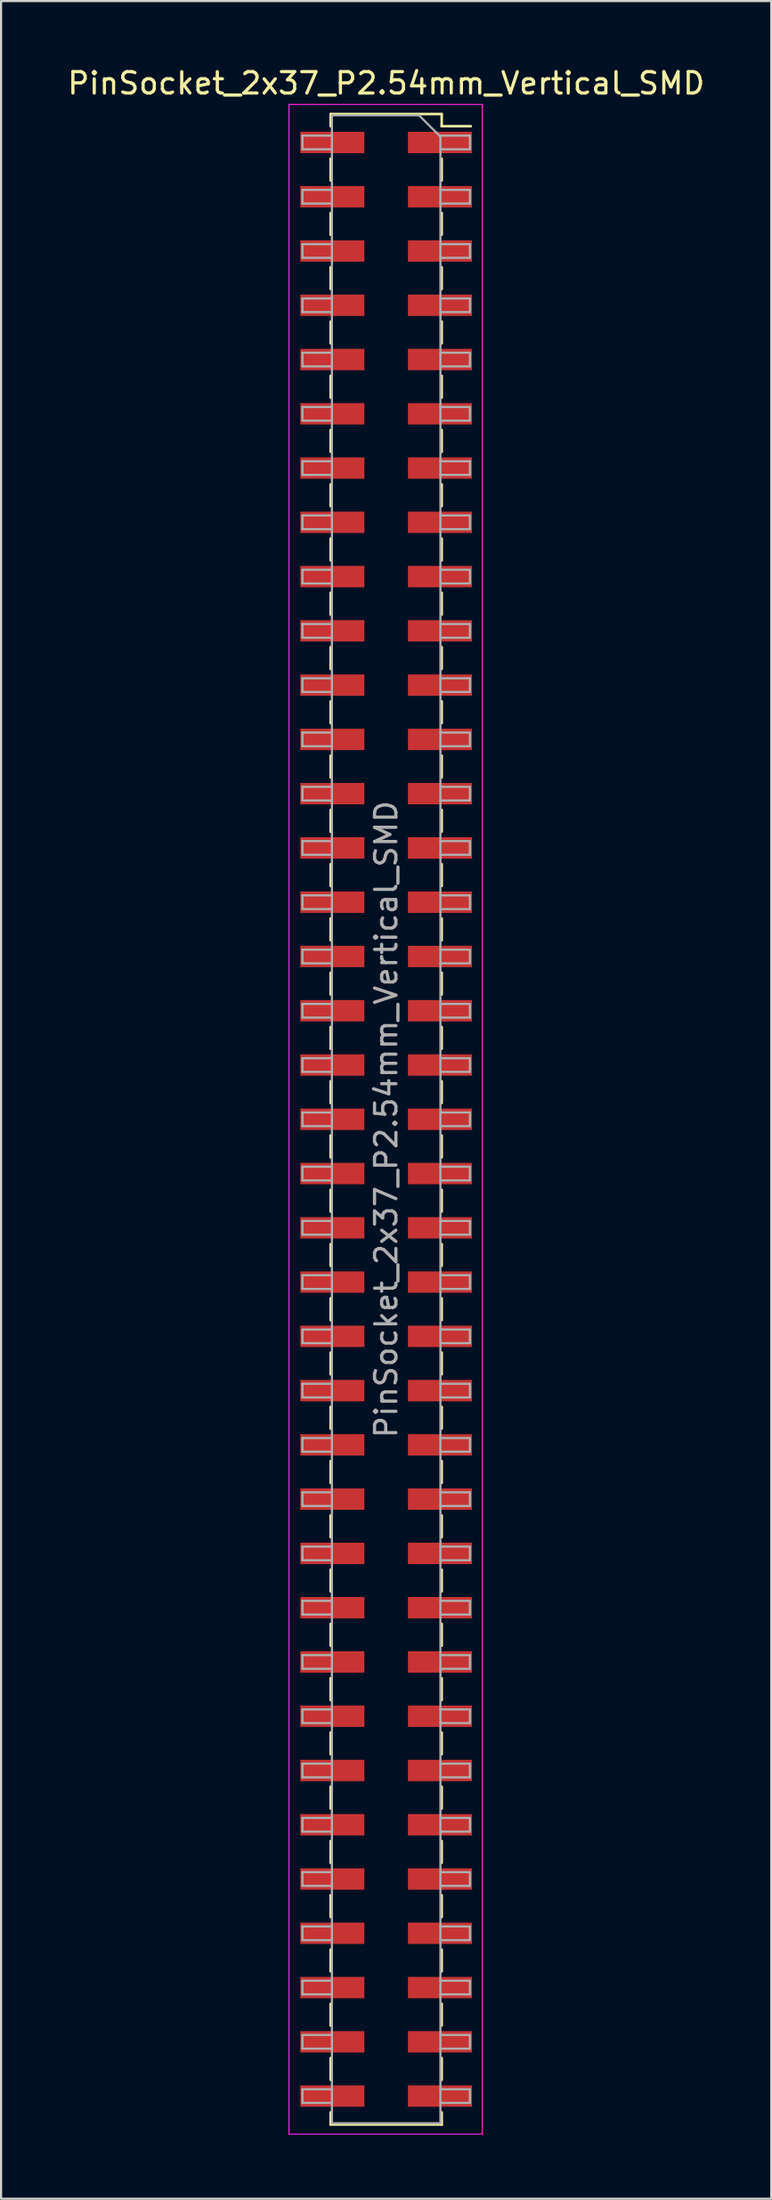
<source format=kicad_pcb>
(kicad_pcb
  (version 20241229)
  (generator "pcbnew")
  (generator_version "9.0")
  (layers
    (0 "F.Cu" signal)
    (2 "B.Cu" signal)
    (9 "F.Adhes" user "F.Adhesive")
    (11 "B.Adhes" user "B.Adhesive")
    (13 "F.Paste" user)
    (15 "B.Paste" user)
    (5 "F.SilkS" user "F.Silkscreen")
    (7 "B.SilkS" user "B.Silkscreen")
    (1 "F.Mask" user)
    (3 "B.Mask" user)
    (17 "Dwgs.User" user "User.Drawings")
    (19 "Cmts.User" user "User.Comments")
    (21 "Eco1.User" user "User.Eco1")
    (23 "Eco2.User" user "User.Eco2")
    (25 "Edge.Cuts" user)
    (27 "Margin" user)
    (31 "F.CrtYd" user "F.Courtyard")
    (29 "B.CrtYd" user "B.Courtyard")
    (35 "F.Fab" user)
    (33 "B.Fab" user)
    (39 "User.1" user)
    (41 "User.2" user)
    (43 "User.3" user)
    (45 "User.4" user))
  (footprint "PinSocket_2x37_P2.54mm_Vertical_SMD"
    (layer "F.Cu")
    (at 15.03 49.338)
    (property "Reference" "PinSocket_2x37_P2.54mm_Vertical_SMD" (at 0 -48.49 0) (layer "F.SilkS") (effects (font (size 1 1) (thickness 0.15))))
    (attr smd)
    (fp_line (start -2.6 -47.05) (end -2.6 -46.48) (stroke (width 0.12) (type solid)) (layer "F.SilkS"))
    (fp_line (start -2.6 -47.05) (end 2.6 -47.05) (stroke (width 0.12) (type solid)) (layer "F.SilkS"))
    (fp_line (start -2.6 -44.96) (end -2.6 -43.94) (stroke (width 0.12) (type solid)) (layer "F.SilkS"))
    (fp_line (start -2.6 -42.42) (end -2.6 -41.4) (stroke (width 0.12) (type solid)) (layer "F.SilkS"))
    (fp_line (start -2.6 -39.88) (end -2.6 -38.86) (stroke (width 0.12) (type solid)) (layer "F.SilkS"))
    (fp_line (start -2.6 -37.34) (end -2.6 -36.32) (stroke (width 0.12) (type solid)) (layer "F.SilkS"))
    (fp_line (start -2.6 -34.8) (end -2.6 -33.78) (stroke (width 0.12) (type solid)) (layer "F.SilkS"))
    (fp_line (start -2.6 -32.26) (end -2.6 -31.24) (stroke (width 0.12) (type solid)) (layer "F.SilkS"))
    (fp_line (start -2.6 -29.72) (end -2.6 -28.7) (stroke (width 0.12) (type solid)) (layer "F.SilkS"))
    (fp_line (start -2.6 -27.18) (end -2.6 -26.16) (stroke (width 0.12) (type solid)) (layer "F.SilkS"))
    (fp_line (start -2.6 -24.64) (end -2.6 -23.62) (stroke (width 0.12) (type solid)) (layer "F.SilkS"))
    (fp_line (start -2.6 -22.1) (end -2.6 -21.08) (stroke (width 0.12) (type solid)) (layer "F.SilkS"))
    (fp_line (start -2.6 -19.56) (end -2.6 -18.54) (stroke (width 0.12) (type solid)) (layer "F.SilkS"))
    (fp_line (start -2.6 -17.02) (end -2.6 -16) (stroke (width 0.12) (type solid)) (layer "F.SilkS"))
    (fp_line (start -2.6 -14.48) (end -2.6 -13.46) (stroke (width 0.12) (type solid)) (layer "F.SilkS"))
    (fp_line (start -2.6 -11.94) (end -2.6 -10.92) (stroke (width 0.12) (type solid)) (layer "F.SilkS"))
    (fp_line (start -2.6 -9.4) (end -2.6 -8.38) (stroke (width 0.12) (type solid)) (layer "F.SilkS"))
    (fp_line (start -2.6 -6.86) (end -2.6 -5.84) (stroke (width 0.12) (type solid)) (layer "F.SilkS"))
    (fp_line (start -2.6 -4.32) (end -2.6 -3.3) (stroke (width 0.12) (type solid)) (layer "F.SilkS"))
    (fp_line (start -2.6 -1.78) (end -2.6 -0.76) (stroke (width 0.12) (type solid)) (layer "F.SilkS"))
    (fp_line (start -2.6 0.76) (end -2.6 1.78) (stroke (width 0.12) (type solid)) (layer "F.SilkS"))
    (fp_line (start -2.6 3.3) (end -2.6 4.32) (stroke (width 0.12) (type solid)) (layer "F.SilkS"))
    (fp_line (start -2.6 5.84) (end -2.6 6.86) (stroke (width 0.12) (type solid)) (layer "F.SilkS"))
    (fp_line (start -2.6 8.38) (end -2.6 9.4) (stroke (width 0.12) (type solid)) (layer "F.SilkS"))
    (fp_line (start -2.6 10.92) (end -2.6 11.94) (stroke (width 0.12) (type solid)) (layer "F.SilkS"))
    (fp_line (start -2.6 13.46) (end -2.6 14.48) (stroke (width 0.12) (type solid)) (layer "F.SilkS"))
    (fp_line (start -2.6 16) (end -2.6 17.02) (stroke (width 0.12) (type solid)) (layer "F.SilkS"))
    (fp_line (start -2.6 18.54) (end -2.6 19.56) (stroke (width 0.12) (type solid)) (layer "F.SilkS"))
    (fp_line (start -2.6 21.08) (end -2.6 22.1) (stroke (width 0.12) (type solid)) (layer "F.SilkS"))
    (fp_line (start -2.6 23.62) (end -2.6 24.64) (stroke (width 0.12) (type solid)) (layer "F.SilkS"))
    (fp_line (start -2.6 26.16) (end -2.6 27.18) (stroke (width 0.12) (type solid)) (layer "F.SilkS"))
    (fp_line (start -2.6 28.7) (end -2.6 29.72) (stroke (width 0.12) (type solid)) (layer "F.SilkS"))
    (fp_line (start -2.6 31.24) (end -2.6 32.26) (stroke (width 0.12) (type solid)) (layer "F.SilkS"))
    (fp_line (start -2.6 33.78) (end -2.6 34.8) (stroke (width 0.12) (type solid)) (layer "F.SilkS"))
    (fp_line (start -2.6 36.32) (end -2.6 37.34) (stroke (width 0.12) (type solid)) (layer "F.SilkS"))
    (fp_line (start -2.6 38.86) (end -2.6 39.88) (stroke (width 0.12) (type solid)) (layer "F.SilkS"))
    (fp_line (start -2.6 41.4) (end -2.6 42.42) (stroke (width 0.12) (type solid)) (layer "F.SilkS"))
    (fp_line (start -2.6 43.94) (end -2.6 44.96) (stroke (width 0.12) (type solid)) (layer "F.SilkS"))
    (fp_line (start -2.6 46.48) (end -2.6 47.05) (stroke (width 0.12) (type solid)) (layer "F.SilkS"))
    (fp_line (start -2.6 47.05) (end 2.6 47.05) (stroke (width 0.12) (type solid)) (layer "F.SilkS"))
    (fp_line (start 2.6 -47.05) (end 2.6 -46.48) (stroke (width 0.12) (type solid)) (layer "F.SilkS"))
    (fp_line (start 2.6 -46.48) (end 3.96 -46.48) (stroke (width 0.12) (type solid)) (layer "F.SilkS"))
    (fp_line (start 2.6 -44.96) (end 2.6 -43.94) (stroke (width 0.12) (type solid)) (layer "F.SilkS"))
    (fp_line (start 2.6 -42.42) (end 2.6 -41.4) (stroke (width 0.12) (type solid)) (layer "F.SilkS"))
    (fp_line (start 2.6 -39.88) (end 2.6 -38.86) (stroke (width 0.12) (type solid)) (layer "F.SilkS"))
    (fp_line (start 2.6 -37.34) (end 2.6 -36.32) (stroke (width 0.12) (type solid)) (layer "F.SilkS"))
    (fp_line (start 2.6 -34.8) (end 2.6 -33.78) (stroke (width 0.12) (type solid)) (layer "F.SilkS"))
    (fp_line (start 2.6 -32.26) (end 2.6 -31.24) (stroke (width 0.12) (type solid)) (layer "F.SilkS"))
    (fp_line (start 2.6 -29.72) (end 2.6 -28.7) (stroke (width 0.12) (type solid)) (layer "F.SilkS"))
    (fp_line (start 2.6 -27.18) (end 2.6 -26.16) (stroke (width 0.12) (type solid)) (layer "F.SilkS"))
    (fp_line (start 2.6 -24.64) (end 2.6 -23.62) (stroke (width 0.12) (type solid)) (layer "F.SilkS"))
    (fp_line (start 2.6 -22.1) (end 2.6 -21.08) (stroke (width 0.12) (type solid)) (layer "F.SilkS"))
    (fp_line (start 2.6 -19.56) (end 2.6 -18.54) (stroke (width 0.12) (type solid)) (layer "F.SilkS"))
    (fp_line (start 2.6 -17.02) (end 2.6 -16) (stroke (width 0.12) (type solid)) (layer "F.SilkS"))
    (fp_line (start 2.6 -14.48) (end 2.6 -13.46) (stroke (width 0.12) (type solid)) (layer "F.SilkS"))
    (fp_line (start 2.6 -11.94) (end 2.6 -10.92) (stroke (width 0.12) (type solid)) (layer "F.SilkS"))
    (fp_line (start 2.6 -9.4) (end 2.6 -8.38) (stroke (width 0.12) (type solid)) (layer "F.SilkS"))
    (fp_line (start 2.6 -6.86) (end 2.6 -5.84) (stroke (width 0.12) (type solid)) (layer "F.SilkS"))
    (fp_line (start 2.6 -4.32) (end 2.6 -3.3) (stroke (width 0.12) (type solid)) (layer "F.SilkS"))
    (fp_line (start 2.6 -1.78) (end 2.6 -0.76) (stroke (width 0.12) (type solid)) (layer "F.SilkS"))
    (fp_line (start 2.6 0.76) (end 2.6 1.78) (stroke (width 0.12) (type solid)) (layer "F.SilkS"))
    (fp_line (start 2.6 3.3) (end 2.6 4.32) (stroke (width 0.12) (type solid)) (layer "F.SilkS"))
    (fp_line (start 2.6 5.84) (end 2.6 6.86) (stroke (width 0.12) (type solid)) (layer "F.SilkS"))
    (fp_line (start 2.6 8.38) (end 2.6 9.4) (stroke (width 0.12) (type solid)) (layer "F.SilkS"))
    (fp_line (start 2.6 10.92) (end 2.6 11.94) (stroke (width 0.12) (type solid)) (layer "F.SilkS"))
    (fp_line (start 2.6 13.46) (end 2.6 14.48) (stroke (width 0.12) (type solid)) (layer "F.SilkS"))
    (fp_line (start 2.6 16) (end 2.6 17.02) (stroke (width 0.12) (type solid)) (layer "F.SilkS"))
    (fp_line (start 2.6 18.54) (end 2.6 19.56) (stroke (width 0.12) (type solid)) (layer "F.SilkS"))
    (fp_line (start 2.6 21.08) (end 2.6 22.1) (stroke (width 0.12) (type solid)) (layer "F.SilkS"))
    (fp_line (start 2.6 23.62) (end 2.6 24.64) (stroke (width 0.12) (type solid)) (layer "F.SilkS"))
    (fp_line (start 2.6 26.16) (end 2.6 27.18) (stroke (width 0.12) (type solid)) (layer "F.SilkS"))
    (fp_line (start 2.6 28.7) (end 2.6 29.72) (stroke (width 0.12) (type solid)) (layer "F.SilkS"))
    (fp_line (start 2.6 31.24) (end 2.6 32.26) (stroke (width 0.12) (type solid)) (layer "F.SilkS"))
    (fp_line (start 2.6 33.78) (end 2.6 34.8) (stroke (width 0.12) (type solid)) (layer "F.SilkS"))
    (fp_line (start 2.6 36.32) (end 2.6 37.34) (stroke (width 0.12) (type solid)) (layer "F.SilkS"))
    (fp_line (start 2.6 38.86) (end 2.6 39.88) (stroke (width 0.12) (type solid)) (layer "F.SilkS"))
    (fp_line (start 2.6 41.4) (end 2.6 42.42) (stroke (width 0.12) (type solid)) (layer "F.SilkS"))
    (fp_line (start 2.6 43.94) (end 2.6 44.96) (stroke (width 0.12) (type solid)) (layer "F.SilkS"))
    (fp_line (start 2.6 46.48) (end 2.6 47.05) (stroke (width 0.12) (type solid)) (layer "F.SilkS"))
    (fp_line (start -4.55 -47.5) (end 4.5 -47.5) (stroke (width 0.05) (type solid)) (layer "F.CrtYd"))
    (fp_line (start -4.55 47.5) (end -4.55 -47.5) (stroke (width 0.05) (type solid)) (layer "F.CrtYd"))
    (fp_line (start 4.5 -47.5) (end 4.5 47.5) (stroke (width 0.05) (type solid)) (layer "F.CrtYd"))
    (fp_line (start 4.5 47.5) (end -4.55 47.5) (stroke (width 0.05) (type solid)) (layer "F.CrtYd"))
    (fp_line (start -3.92 -46.04) (end -2.54 -46.04) (stroke (width 0.1) (type solid)) (layer "F.Fab"))
    (fp_line (start -3.92 -45.4) (end -3.92 -46.04) (stroke (width 0.1) (type solid)) (layer "F.Fab"))
    (fp_line (start -3.92 -43.5) (end -2.54 -43.5) (stroke (width 0.1) (type solid)) (layer "F.Fab"))
    (fp_line (start -3.92 -42.86) (end -3.92 -43.5) (stroke (width 0.1) (type solid)) (layer "F.Fab"))
    (fp_line (start -3.92 -40.96) (end -2.54 -40.96) (stroke (width 0.1) (type solid)) (layer "F.Fab"))
    (fp_line (start -3.92 -40.32) (end -3.92 -40.96) (stroke (width 0.1) (type solid)) (layer "F.Fab"))
    (fp_line (start -3.92 -38.42) (end -2.54 -38.42) (stroke (width 0.1) (type solid)) (layer "F.Fab"))
    (fp_line (start -3.92 -37.78) (end -3.92 -38.42) (stroke (width 0.1) (type solid)) (layer "F.Fab"))
    (fp_line (start -3.92 -35.88) (end -2.54 -35.88) (stroke (width 0.1) (type solid)) (layer "F.Fab"))
    (fp_line (start -3.92 -35.24) (end -3.92 -35.88) (stroke (width 0.1) (type solid)) (layer "F.Fab"))
    (fp_line (start -3.92 -33.34) (end -2.54 -33.34) (stroke (width 0.1) (type solid)) (layer "F.Fab"))
    (fp_line (start -3.92 -32.7) (end -3.92 -33.34) (stroke (width 0.1) (type solid)) (layer "F.Fab"))
    (fp_line (start -3.92 -30.8) (end -2.54 -30.8) (stroke (width 0.1) (type solid)) (layer "F.Fab"))
    (fp_line (start -3.92 -30.16) (end -3.92 -30.8) (stroke (width 0.1) (type solid)) (layer "F.Fab"))
    (fp_line (start -3.92 -28.26) (end -2.54 -28.26) (stroke (width 0.1) (type solid)) (layer "F.Fab"))
    (fp_line (start -3.92 -27.62) (end -3.92 -28.26) (stroke (width 0.1) (type solid)) (layer "F.Fab"))
    (fp_line (start -3.92 -25.72) (end -2.54 -25.72) (stroke (width 0.1) (type solid)) (layer "F.Fab"))
    (fp_line (start -3.92 -25.08) (end -3.92 -25.72) (stroke (width 0.1) (type solid)) (layer "F.Fab"))
    (fp_line (start -3.92 -23.18) (end -2.54 -23.18) (stroke (width 0.1) (type solid)) (layer "F.Fab"))
    (fp_line (start -3.92 -22.54) (end -3.92 -23.18) (stroke (width 0.1) (type solid)) (layer "F.Fab"))
    (fp_line (start -3.92 -20.64) (end -2.54 -20.64) (stroke (width 0.1) (type solid)) (layer "F.Fab"))
    (fp_line (start -3.92 -20) (end -3.92 -20.64) (stroke (width 0.1) (type solid)) (layer "F.Fab"))
    (fp_line (start -3.92 -18.1) (end -2.54 -18.1) (stroke (width 0.1) (type solid)) (layer "F.Fab"))
    (fp_line (start -3.92 -17.46) (end -3.92 -18.1) (stroke (width 0.1) (type solid)) (layer "F.Fab"))
    (fp_line (start -3.92 -15.56) (end -2.54 -15.56) (stroke (width 0.1) (type solid)) (layer "F.Fab"))
    (fp_line (start -3.92 -14.92) (end -3.92 -15.56) (stroke (width 0.1) (type solid)) (layer "F.Fab"))
    (fp_line (start -3.92 -13.02) (end -2.54 -13.02) (stroke (width 0.1) (type solid)) (layer "F.Fab"))
    (fp_line (start -3.92 -12.38) (end -3.92 -13.02) (stroke (width 0.1) (type solid)) (layer "F.Fab"))
    (fp_line (start -3.92 -10.48) (end -2.54 -10.48) (stroke (width 0.1) (type solid)) (layer "F.Fab"))
    (fp_line (start -3.92 -9.84) (end -3.92 -10.48) (stroke (width 0.1) (type solid)) (layer "F.Fab"))
    (fp_line (start -3.92 -7.94) (end -2.54 -7.94) (stroke (width 0.1) (type solid)) (layer "F.Fab"))
    (fp_line (start -3.92 -7.3) (end -3.92 -7.94) (stroke (width 0.1) (type solid)) (layer "F.Fab"))
    (fp_line (start -3.92 -5.4) (end -2.54 -5.4) (stroke (width 0.1) (type solid)) (layer "F.Fab"))
    (fp_line (start -3.92 -4.76) (end -3.92 -5.4) (stroke (width 0.1) (type solid)) (layer "F.Fab"))
    (fp_line (start -3.92 -2.86) (end -2.54 -2.86) (stroke (width 0.1) (type solid)) (layer "F.Fab"))
    (fp_line (start -3.92 -2.22) (end -3.92 -2.86) (stroke (width 0.1) (type solid)) (layer "F.Fab"))
    (fp_line (start -3.92 -0.32) (end -2.54 -0.32) (stroke (width 0.1) (type solid)) (layer "F.Fab"))
    (fp_line (start -3.92 0.32) (end -3.92 -0.32) (stroke (width 0.1) (type solid)) (layer "F.Fab"))
    (fp_line (start -3.92 2.22) (end -2.54 2.22) (stroke (width 0.1) (type solid)) (layer "F.Fab"))
    (fp_line (start -3.92 2.86) (end -3.92 2.22) (stroke (width 0.1) (type solid)) (layer "F.Fab"))
    (fp_line (start -3.92 4.76) (end -2.54 4.76) (stroke (width 0.1) (type solid)) (layer "F.Fab"))
    (fp_line (start -3.92 5.4) (end -3.92 4.76) (stroke (width 0.1) (type solid)) (layer "F.Fab"))
    (fp_line (start -3.92 7.3) (end -2.54 7.3) (stroke (width 0.1) (type solid)) (layer "F.Fab"))
    (fp_line (start -3.92 7.94) (end -3.92 7.3) (stroke (width 0.1) (type solid)) (layer "F.Fab"))
    (fp_line (start -3.92 9.84) (end -2.54 9.84) (stroke (width 0.1) (type solid)) (layer "F.Fab"))
    (fp_line (start -3.92 10.48) (end -3.92 9.84) (stroke (width 0.1) (type solid)) (layer "F.Fab"))
    (fp_line (start -3.92 12.38) (end -2.54 12.38) (stroke (width 0.1) (type solid)) (layer "F.Fab"))
    (fp_line (start -3.92 13.02) (end -3.92 12.38) (stroke (width 0.1) (type solid)) (layer "F.Fab"))
    (fp_line (start -3.92 14.92) (end -2.54 14.92) (stroke (width 0.1) (type solid)) (layer "F.Fab"))
    (fp_line (start -3.92 15.56) (end -3.92 14.92) (stroke (width 0.1) (type solid)) (layer "F.Fab"))
    (fp_line (start -3.92 17.46) (end -2.54 17.46) (stroke (width 0.1) (type solid)) (layer "F.Fab"))
    (fp_line (start -3.92 18.1) (end -3.92 17.46) (stroke (width 0.1) (type solid)) (layer "F.Fab"))
    (fp_line (start -3.92 20) (end -2.54 20) (stroke (width 0.1) (type solid)) (layer "F.Fab"))
    (fp_line (start -3.92 20.64) (end -3.92 20) (stroke (width 0.1) (type solid)) (layer "F.Fab"))
    (fp_line (start -3.92 22.54) (end -2.54 22.54) (stroke (width 0.1) (type solid)) (layer "F.Fab"))
    (fp_line (start -3.92 23.18) (end -3.92 22.54) (stroke (width 0.1) (type solid)) (layer "F.Fab"))
    (fp_line (start -3.92 25.08) (end -2.54 25.08) (stroke (width 0.1) (type solid)) (layer "F.Fab"))
    (fp_line (start -3.92 25.72) (end -3.92 25.08) (stroke (width 0.1) (type solid)) (layer "F.Fab"))
    (fp_line (start -3.92 27.62) (end -2.54 27.62) (stroke (width 0.1) (type solid)) (layer "F.Fab"))
    (fp_line (start -3.92 28.26) (end -3.92 27.62) (stroke (width 0.1) (type solid)) (layer "F.Fab"))
    (fp_line (start -3.92 30.16) (end -2.54 30.16) (stroke (width 0.1) (type solid)) (layer "F.Fab"))
    (fp_line (start -3.92 30.8) (end -3.92 30.16) (stroke (width 0.1) (type solid)) (layer "F.Fab"))
    (fp_line (start -3.92 32.7) (end -2.54 32.7) (stroke (width 0.1) (type solid)) (layer "F.Fab"))
    (fp_line (start -3.92 33.34) (end -3.92 32.7) (stroke (width 0.1) (type solid)) (layer "F.Fab"))
    (fp_line (start -3.92 35.24) (end -2.54 35.24) (stroke (width 0.1) (type solid)) (layer "F.Fab"))
    (fp_line (start -3.92 35.88) (end -3.92 35.24) (stroke (width 0.1) (type solid)) (layer "F.Fab"))
    (fp_line (start -3.92 37.78) (end -2.54 37.78) (stroke (width 0.1) (type solid)) (layer "F.Fab"))
    (fp_line (start -3.92 38.42) (end -3.92 37.78) (stroke (width 0.1) (type solid)) (layer "F.Fab"))
    (fp_line (start -3.92 40.32) (end -2.54 40.32) (stroke (width 0.1) (type solid)) (layer "F.Fab"))
    (fp_line (start -3.92 40.96) (end -3.92 40.32) (stroke (width 0.1) (type solid)) (layer "F.Fab"))
    (fp_line (start -3.92 42.86) (end -2.54 42.86) (stroke (width 0.1) (type solid)) (layer "F.Fab"))
    (fp_line (start -3.92 43.5) (end -3.92 42.86) (stroke (width 0.1) (type solid)) (layer "F.Fab"))
    (fp_line (start -3.92 45.4) (end -2.54 45.4) (stroke (width 0.1) (type solid)) (layer "F.Fab"))
    (fp_line (start -3.92 46.04) (end -3.92 45.4) (stroke (width 0.1) (type solid)) (layer "F.Fab"))
    (fp_line (start -2.54 -46.99) (end 1.54 -46.99) (stroke (width 0.1) (type solid)) (layer "F.Fab"))
    (fp_line (start -2.54 -45.4) (end -3.92 -45.4) (stroke (width 0.1) (type solid)) (layer "F.Fab"))
    (fp_line (start -2.54 -42.86) (end -3.92 -42.86) (stroke (width 0.1) (type solid)) (layer "F.Fab"))
    (fp_line (start -2.54 -40.32) (end -3.92 -40.32) (stroke (width 0.1) (type solid)) (layer "F.Fab"))
    (fp_line (start -2.54 -37.78) (end -3.92 -37.78) (stroke (width 0.1) (type solid)) (layer "F.Fab"))
    (fp_line (start -2.54 -35.24) (end -3.92 -35.24) (stroke (width 0.1) (type solid)) (layer "F.Fab"))
    (fp_line (start -2.54 -32.7) (end -3.92 -32.7) (stroke (width 0.1) (type solid)) (layer "F.Fab"))
    (fp_line (start -2.54 -30.16) (end -3.92 -30.16) (stroke (width 0.1) (type solid)) (layer "F.Fab"))
    (fp_line (start -2.54 -27.62) (end -3.92 -27.62) (stroke (width 0.1) (type solid)) (layer "F.Fab"))
    (fp_line (start -2.54 -25.08) (end -3.92 -25.08) (stroke (width 0.1) (type solid)) (layer "F.Fab"))
    (fp_line (start -2.54 -22.54) (end -3.92 -22.54) (stroke (width 0.1) (type solid)) (layer "F.Fab"))
    (fp_line (start -2.54 -20) (end -3.92 -20) (stroke (width 0.1) (type solid)) (layer "F.Fab"))
    (fp_line (start -2.54 -17.46) (end -3.92 -17.46) (stroke (width 0.1) (type solid)) (layer "F.Fab"))
    (fp_line (start -2.54 -14.92) (end -3.92 -14.92) (stroke (width 0.1) (type solid)) (layer "F.Fab"))
    (fp_line (start -2.54 -12.38) (end -3.92 -12.38) (stroke (width 0.1) (type solid)) (layer "F.Fab"))
    (fp_line (start -2.54 -9.84) (end -3.92 -9.84) (stroke (width 0.1) (type solid)) (layer "F.Fab"))
    (fp_line (start -2.54 -7.3) (end -3.92 -7.3) (stroke (width 0.1) (type solid)) (layer "F.Fab"))
    (fp_line (start -2.54 -4.76) (end -3.92 -4.76) (stroke (width 0.1) (type solid)) (layer "F.Fab"))
    (fp_line (start -2.54 -2.22) (end -3.92 -2.22) (stroke (width 0.1) (type solid)) (layer "F.Fab"))
    (fp_line (start -2.54 0.32) (end -3.92 0.32) (stroke (width 0.1) (type solid)) (layer "F.Fab"))
    (fp_line (start -2.54 2.86) (end -3.92 2.86) (stroke (width 0.1) (type solid)) (layer "F.Fab"))
    (fp_line (start -2.54 5.4) (end -3.92 5.4) (stroke (width 0.1) (type solid)) (layer "F.Fab"))
    (fp_line (start -2.54 7.94) (end -3.92 7.94) (stroke (width 0.1) (type solid)) (layer "F.Fab"))
    (fp_line (start -2.54 10.48) (end -3.92 10.48) (stroke (width 0.1) (type solid)) (layer "F.Fab"))
    (fp_line (start -2.54 13.02) (end -3.92 13.02) (stroke (width 0.1) (type solid)) (layer "F.Fab"))
    (fp_line (start -2.54 15.56) (end -3.92 15.56) (stroke (width 0.1) (type solid)) (layer "F.Fab"))
    (fp_line (start -2.54 18.1) (end -3.92 18.1) (stroke (width 0.1) (type solid)) (layer "F.Fab"))
    (fp_line (start -2.54 20.64) (end -3.92 20.64) (stroke (width 0.1) (type solid)) (layer "F.Fab"))
    (fp_line (start -2.54 23.18) (end -3.92 23.18) (stroke (width 0.1) (type solid)) (layer "F.Fab"))
    (fp_line (start -2.54 25.72) (end -3.92 25.72) (stroke (width 0.1) (type solid)) (layer "F.Fab"))
    (fp_line (start -2.54 28.26) (end -3.92 28.26) (stroke (width 0.1) (type solid)) (layer "F.Fab"))
    (fp_line (start -2.54 30.8) (end -3.92 30.8) (stroke (width 0.1) (type solid)) (layer "F.Fab"))
    (fp_line (start -2.54 33.34) (end -3.92 33.34) (stroke (width 0.1) (type solid)) (layer "F.Fab"))
    (fp_line (start -2.54 35.88) (end -3.92 35.88) (stroke (width 0.1) (type solid)) (layer "F.Fab"))
    (fp_line (start -2.54 38.42) (end -3.92 38.42) (stroke (width 0.1) (type solid)) (layer "F.Fab"))
    (fp_line (start -2.54 40.96) (end -3.92 40.96) (stroke (width 0.1) (type solid)) (layer "F.Fab"))
    (fp_line (start -2.54 43.5) (end -3.92 43.5) (stroke (width 0.1) (type solid)) (layer "F.Fab"))
    (fp_line (start -2.54 46.04) (end -3.92 46.04) (stroke (width 0.1) (type solid)) (layer "F.Fab"))
    (fp_line (start -2.54 46.99) (end -2.54 -46.99) (stroke (width 0.1) (type solid)) (layer "F.Fab"))
    (fp_line (start 1.54 -46.99) (end 2.54 -45.99) (stroke (width 0.1) (type solid)) (layer "F.Fab"))
    (fp_line (start 2.54 -46.04) (end 3.92 -46.04) (stroke (width 0.1) (type solid)) (layer "F.Fab"))
    (fp_line (start 2.54 -45.99) (end 2.54 46.99) (stroke (width 0.1) (type solid)) (layer "F.Fab"))
    (fp_line (start 2.54 -43.5) (end 3.92 -43.5) (stroke (width 0.1) (type solid)) (layer "F.Fab"))
    (fp_line (start 2.54 -40.96) (end 3.92 -40.96) (stroke (width 0.1) (type solid)) (layer "F.Fab"))
    (fp_line (start 2.54 -38.42) (end 3.92 -38.42) (stroke (width 0.1) (type solid)) (layer "F.Fab"))
    (fp_line (start 2.54 -35.88) (end 3.92 -35.88) (stroke (width 0.1) (type solid)) (layer "F.Fab"))
    (fp_line (start 2.54 -33.34) (end 3.92 -33.34) (stroke (width 0.1) (type solid)) (layer "F.Fab"))
    (fp_line (start 2.54 -30.8) (end 3.92 -30.8) (stroke (width 0.1) (type solid)) (layer "F.Fab"))
    (fp_line (start 2.54 -28.26) (end 3.92 -28.26) (stroke (width 0.1) (type solid)) (layer "F.Fab"))
    (fp_line (start 2.54 -25.72) (end 3.92 -25.72) (stroke (width 0.1) (type solid)) (layer "F.Fab"))
    (fp_line (start 2.54 -23.18) (end 3.92 -23.18) (stroke (width 0.1) (type solid)) (layer "F.Fab"))
    (fp_line (start 2.54 -20.64) (end 3.92 -20.64) (stroke (width 0.1) (type solid)) (layer "F.Fab"))
    (fp_line (start 2.54 -18.1) (end 3.92 -18.1) (stroke (width 0.1) (type solid)) (layer "F.Fab"))
    (fp_line (start 2.54 -15.56) (end 3.92 -15.56) (stroke (width 0.1) (type solid)) (layer "F.Fab"))
    (fp_line (start 2.54 -13.02) (end 3.92 -13.02) (stroke (width 0.1) (type solid)) (layer "F.Fab"))
    (fp_line (start 2.54 -10.48) (end 3.92 -10.48) (stroke (width 0.1) (type solid)) (layer "F.Fab"))
    (fp_line (start 2.54 -7.94) (end 3.92 -7.94) (stroke (width 0.1) (type solid)) (layer "F.Fab"))
    (fp_line (start 2.54 -5.4) (end 3.92 -5.4) (stroke (width 0.1) (type solid)) (layer "F.Fab"))
    (fp_line (start 2.54 -2.86) (end 3.92 -2.86) (stroke (width 0.1) (type solid)) (layer "F.Fab"))
    (fp_line (start 2.54 -0.32) (end 3.92 -0.32) (stroke (width 0.1) (type solid)) (layer "F.Fab"))
    (fp_line (start 2.54 2.22) (end 3.92 2.22) (stroke (width 0.1) (type solid)) (layer "F.Fab"))
    (fp_line (start 2.54 4.76) (end 3.92 4.76) (stroke (width 0.1) (type solid)) (layer "F.Fab"))
    (fp_line (start 2.54 7.3) (end 3.92 7.3) (stroke (width 0.1) (type solid)) (layer "F.Fab"))
    (fp_line (start 2.54 9.84) (end 3.92 9.84) (stroke (width 0.1) (type solid)) (layer "F.Fab"))
    (fp_line (start 2.54 12.38) (end 3.92 12.38) (stroke (width 0.1) (type solid)) (layer "F.Fab"))
    (fp_line (start 2.54 14.92) (end 3.92 14.92) (stroke (width 0.1) (type solid)) (layer "F.Fab"))
    (fp_line (start 2.54 17.46) (end 3.92 17.46) (stroke (width 0.1) (type solid)) (layer "F.Fab"))
    (fp_line (start 2.54 20) (end 3.92 20) (stroke (width 0.1) (type solid)) (layer "F.Fab"))
    (fp_line (start 2.54 22.54) (end 3.92 22.54) (stroke (width 0.1) (type solid)) (layer "F.Fab"))
    (fp_line (start 2.54 25.08) (end 3.92 25.08) (stroke (width 0.1) (type solid)) (layer "F.Fab"))
    (fp_line (start 2.54 27.62) (end 3.92 27.62) (stroke (width 0.1) (type solid)) (layer "F.Fab"))
    (fp_line (start 2.54 30.16) (end 3.92 30.16) (stroke (width 0.1) (type solid)) (layer "F.Fab"))
    (fp_line (start 2.54 32.7) (end 3.92 32.7) (stroke (width 0.1) (type solid)) (layer "F.Fab"))
    (fp_line (start 2.54 35.24) (end 3.92 35.24) (stroke (width 0.1) (type solid)) (layer "F.Fab"))
    (fp_line (start 2.54 37.78) (end 3.92 37.78) (stroke (width 0.1) (type solid)) (layer "F.Fab"))
    (fp_line (start 2.54 40.32) (end 3.92 40.32) (stroke (width 0.1) (type solid)) (layer "F.Fab"))
    (fp_line (start 2.54 42.86) (end 3.92 42.86) (stroke (width 0.1) (type solid)) (layer "F.Fab"))
    (fp_line (start 2.54 45.4) (end 3.92 45.4) (stroke (width 0.1) (type solid)) (layer "F.Fab"))
    (fp_line (start 2.54 46.99) (end -2.54 46.99) (stroke (width 0.1) (type solid)) (layer "F.Fab"))
    (fp_line (start 3.92 -46.04) (end 3.92 -45.4) (stroke (width 0.1) (type solid)) (layer "F.Fab"))
    (fp_line (start 3.92 -45.4) (end 2.54 -45.4) (stroke (width 0.1) (type solid)) (layer "F.Fab"))
    (fp_line (start 3.92 -43.5) (end 3.92 -42.86) (stroke (width 0.1) (type solid)) (layer "F.Fab"))
    (fp_line (start 3.92 -42.86) (end 2.54 -42.86) (stroke (width 0.1) (type solid)) (layer "F.Fab"))
    (fp_line (start 3.92 -40.96) (end 3.92 -40.32) (stroke (width 0.1) (type solid)) (layer "F.Fab"))
    (fp_line (start 3.92 -40.32) (end 2.54 -40.32) (stroke (width 0.1) (type solid)) (layer "F.Fab"))
    (fp_line (start 3.92 -38.42) (end 3.92 -37.78) (stroke (width 0.1) (type solid)) (layer "F.Fab"))
    (fp_line (start 3.92 -37.78) (end 2.54 -37.78) (stroke (width 0.1) (type solid)) (layer "F.Fab"))
    (fp_line (start 3.92 -35.88) (end 3.92 -35.24) (stroke (width 0.1) (type solid)) (layer "F.Fab"))
    (fp_line (start 3.92 -35.24) (end 2.54 -35.24) (stroke (width 0.1) (type solid)) (layer "F.Fab"))
    (fp_line (start 3.92 -33.34) (end 3.92 -32.7) (stroke (width 0.1) (type solid)) (layer "F.Fab"))
    (fp_line (start 3.92 -32.7) (end 2.54 -32.7) (stroke (width 0.1) (type solid)) (layer "F.Fab"))
    (fp_line (start 3.92 -30.8) (end 3.92 -30.16) (stroke (width 0.1) (type solid)) (layer "F.Fab"))
    (fp_line (start 3.92 -30.16) (end 2.54 -30.16) (stroke (width 0.1) (type solid)) (layer "F.Fab"))
    (fp_line (start 3.92 -28.26) (end 3.92 -27.62) (stroke (width 0.1) (type solid)) (layer "F.Fab"))
    (fp_line (start 3.92 -27.62) (end 2.54 -27.62) (stroke (width 0.1) (type solid)) (layer "F.Fab"))
    (fp_line (start 3.92 -25.72) (end 3.92 -25.08) (stroke (width 0.1) (type solid)) (layer "F.Fab"))
    (fp_line (start 3.92 -25.08) (end 2.54 -25.08) (stroke (width 0.1) (type solid)) (layer "F.Fab"))
    (fp_line (start 3.92 -23.18) (end 3.92 -22.54) (stroke (width 0.1) (type solid)) (layer "F.Fab"))
    (fp_line (start 3.92 -22.54) (end 2.54 -22.54) (stroke (width 0.1) (type solid)) (layer "F.Fab"))
    (fp_line (start 3.92 -20.64) (end 3.92 -20) (stroke (width 0.1) (type solid)) (layer "F.Fab"))
    (fp_line (start 3.92 -20) (end 2.54 -20) (stroke (width 0.1) (type solid)) (layer "F.Fab"))
    (fp_line (start 3.92 -18.1) (end 3.92 -17.46) (stroke (width 0.1) (type solid)) (layer "F.Fab"))
    (fp_line (start 3.92 -17.46) (end 2.54 -17.46) (stroke (width 0.1) (type solid)) (layer "F.Fab"))
    (fp_line (start 3.92 -15.56) (end 3.92 -14.92) (stroke (width 0.1) (type solid)) (layer "F.Fab"))
    (fp_line (start 3.92 -14.92) (end 2.54 -14.92) (stroke (width 0.1) (type solid)) (layer "F.Fab"))
    (fp_line (start 3.92 -13.02) (end 3.92 -12.38) (stroke (width 0.1) (type solid)) (layer "F.Fab"))
    (fp_line (start 3.92 -12.38) (end 2.54 -12.38) (stroke (width 0.1) (type solid)) (layer "F.Fab"))
    (fp_line (start 3.92 -10.48) (end 3.92 -9.84) (stroke (width 0.1) (type solid)) (layer "F.Fab"))
    (fp_line (start 3.92 -9.84) (end 2.54 -9.84) (stroke (width 0.1) (type solid)) (layer "F.Fab"))
    (fp_line (start 3.92 -7.94) (end 3.92 -7.3) (stroke (width 0.1) (type solid)) (layer "F.Fab"))
    (fp_line (start 3.92 -7.3) (end 2.54 -7.3) (stroke (width 0.1) (type solid)) (layer "F.Fab"))
    (fp_line (start 3.92 -5.4) (end 3.92 -4.76) (stroke (width 0.1) (type solid)) (layer "F.Fab"))
    (fp_line (start 3.92 -4.76) (end 2.54 -4.76) (stroke (width 0.1) (type solid)) (layer "F.Fab"))
    (fp_line (start 3.92 -2.86) (end 3.92 -2.22) (stroke (width 0.1) (type solid)) (layer "F.Fab"))
    (fp_line (start 3.92 -2.22) (end 2.54 -2.22) (stroke (width 0.1) (type solid)) (layer "F.Fab"))
    (fp_line (start 3.92 -0.32) (end 3.92 0.32) (stroke (width 0.1) (type solid)) (layer "F.Fab"))
    (fp_line (start 3.92 0.32) (end 2.54 0.32) (stroke (width 0.1) (type solid)) (layer "F.Fab"))
    (fp_line (start 3.92 2.22) (end 3.92 2.86) (stroke (width 0.1) (type solid)) (layer "F.Fab"))
    (fp_line (start 3.92 2.86) (end 2.54 2.86) (stroke (width 0.1) (type solid)) (layer "F.Fab"))
    (fp_line (start 3.92 4.76) (end 3.92 5.4) (stroke (width 0.1) (type solid)) (layer "F.Fab"))
    (fp_line (start 3.92 5.4) (end 2.54 5.4) (stroke (width 0.1) (type solid)) (layer "F.Fab"))
    (fp_line (start 3.92 7.3) (end 3.92 7.94) (stroke (width 0.1) (type solid)) (layer "F.Fab"))
    (fp_line (start 3.92 7.94) (end 2.54 7.94) (stroke (width 0.1) (type solid)) (layer "F.Fab"))
    (fp_line (start 3.92 9.84) (end 3.92 10.48) (stroke (width 0.1) (type solid)) (layer "F.Fab"))
    (fp_line (start 3.92 10.48) (end 2.54 10.48) (stroke (width 0.1) (type solid)) (layer "F.Fab"))
    (fp_line (start 3.92 12.38) (end 3.92 13.02) (stroke (width 0.1) (type solid)) (layer "F.Fab"))
    (fp_line (start 3.92 13.02) (end 2.54 13.02) (stroke (width 0.1) (type solid)) (layer "F.Fab"))
    (fp_line (start 3.92 14.92) (end 3.92 15.56) (stroke (width 0.1) (type solid)) (layer "F.Fab"))
    (fp_line (start 3.92 15.56) (end 2.54 15.56) (stroke (width 0.1) (type solid)) (layer "F.Fab"))
    (fp_line (start 3.92 17.46) (end 3.92 18.1) (stroke (width 0.1) (type solid)) (layer "F.Fab"))
    (fp_line (start 3.92 18.1) (end 2.54 18.1) (stroke (width 0.1) (type solid)) (layer "F.Fab"))
    (fp_line (start 3.92 20) (end 3.92 20.64) (stroke (width 0.1) (type solid)) (layer "F.Fab"))
    (fp_line (start 3.92 20.64) (end 2.54 20.64) (stroke (width 0.1) (type solid)) (layer "F.Fab"))
    (fp_line (start 3.92 22.54) (end 3.92 23.18) (stroke (width 0.1) (type solid)) (layer "F.Fab"))
    (fp_line (start 3.92 23.18) (end 2.54 23.18) (stroke (width 0.1) (type solid)) (layer "F.Fab"))
    (fp_line (start 3.92 25.08) (end 3.92 25.72) (stroke (width 0.1) (type solid)) (layer "F.Fab"))
    (fp_line (start 3.92 25.72) (end 2.54 25.72) (stroke (width 0.1) (type solid)) (layer "F.Fab"))
    (fp_line (start 3.92 27.62) (end 3.92 28.26) (stroke (width 0.1) (type solid)) (layer "F.Fab"))
    (fp_line (start 3.92 28.26) (end 2.54 28.26) (stroke (width 0.1) (type solid)) (layer "F.Fab"))
    (fp_line (start 3.92 30.16) (end 3.92 30.8) (stroke (width 0.1) (type solid)) (layer "F.Fab"))
    (fp_line (start 3.92 30.8) (end 2.54 30.8) (stroke (width 0.1) (type solid)) (layer "F.Fab"))
    (fp_line (start 3.92 32.7) (end 3.92 33.34) (stroke (width 0.1) (type solid)) (layer "F.Fab"))
    (fp_line (start 3.92 33.34) (end 2.54 33.34) (stroke (width 0.1) (type solid)) (layer "F.Fab"))
    (fp_line (start 3.92 35.24) (end 3.92 35.88) (stroke (width 0.1) (type solid)) (layer "F.Fab"))
    (fp_line (start 3.92 35.88) (end 2.54 35.88) (stroke (width 0.1) (type solid)) (layer "F.Fab"))
    (fp_line (start 3.92 37.78) (end 3.92 38.42) (stroke (width 0.1) (type solid)) (layer "F.Fab"))
    (fp_line (start 3.92 38.42) (end 2.54 38.42) (stroke (width 0.1) (type solid)) (layer "F.Fab"))
    (fp_line (start 3.92 40.32) (end 3.92 40.96) (stroke (width 0.1) (type solid)) (layer "F.Fab"))
    (fp_line (start 3.92 40.96) (end 2.54 40.96) (stroke (width 0.1) (type solid)) (layer "F.Fab"))
    (fp_line (start 3.92 42.86) (end 3.92 43.5) (stroke (width 0.1) (type solid)) (layer "F.Fab"))
    (fp_line (start 3.92 43.5) (end 2.54 43.5) (stroke (width 0.1) (type solid)) (layer "F.Fab"))
    (fp_line (start 3.92 45.4) (end 3.92 46.04) (stroke (width 0.1) (type solid)) (layer "F.Fab"))
    (fp_line (start 3.92 46.04) (end 2.54 46.04) (stroke (width 0.1) (type solid)) (layer "F.Fab"))
    (fp_text user "${REFERENCE}" (at 0 0 90) (layer "F.Fab") (effects (font (size 1 1) (thickness 0.15))))
    (pad "1" smd rect (at 2.52 -45.72) (size 3 1) (layers "F.Cu" "F.Mask" "F.Paste"))
    (pad "2" smd rect (at -2.52 -45.72) (size 3 1) (layers "F.Cu" "F.Mask" "F.Paste"))
    (pad "3" smd rect (at 2.52 -43.18) (size 3 1) (layers "F.Cu" "F.Mask" "F.Paste"))
    (pad "4" smd rect (at -2.52 -43.18) (size 3 1) (layers "F.Cu" "F.Mask" "F.Paste"))
    (pad "5" smd rect (at 2.52 -40.64) (size 3 1) (layers "F.Cu" "F.Mask" "F.Paste"))
    (pad "6" smd rect (at -2.52 -40.64) (size 3 1) (layers "F.Cu" "F.Mask" "F.Paste"))
    (pad "7" smd rect (at 2.52 -38.1) (size 3 1) (layers "F.Cu" "F.Mask" "F.Paste"))
    (pad "8" smd rect (at -2.52 -38.1) (size 3 1) (layers "F.Cu" "F.Mask" "F.Paste"))
    (pad "9" smd rect (at 2.52 -35.56) (size 3 1) (layers "F.Cu" "F.Mask" "F.Paste"))
    (pad "10" smd rect (at -2.52 -35.56) (size 3 1) (layers "F.Cu" "F.Mask" "F.Paste"))
    (pad "11" smd rect (at 2.52 -33.02) (size 3 1) (layers "F.Cu" "F.Mask" "F.Paste"))
    (pad "12" smd rect (at -2.52 -33.02) (size 3 1) (layers "F.Cu" "F.Mask" "F.Paste"))
    (pad "13" smd rect (at 2.52 -30.48) (size 3 1) (layers "F.Cu" "F.Mask" "F.Paste"))
    (pad "14" smd rect (at -2.52 -30.48) (size 3 1) (layers "F.Cu" "F.Mask" "F.Paste"))
    (pad "15" smd rect (at 2.52 -27.94) (size 3 1) (layers "F.Cu" "F.Mask" "F.Paste"))
    (pad "16" smd rect (at -2.52 -27.94) (size 3 1) (layers "F.Cu" "F.Mask" "F.Paste"))
    (pad "17" smd rect (at 2.52 -25.4) (size 3 1) (layers "F.Cu" "F.Mask" "F.Paste"))
    (pad "18" smd rect (at -2.52 -25.4) (size 3 1) (layers "F.Cu" "F.Mask" "F.Paste"))
    (pad "19" smd rect (at 2.52 -22.86) (size 3 1) (layers "F.Cu" "F.Mask" "F.Paste"))
    (pad "20" smd rect (at -2.52 -22.86) (size 3 1) (layers "F.Cu" "F.Mask" "F.Paste"))
    (pad "21" smd rect (at 2.52 -20.32) (size 3 1) (layers "F.Cu" "F.Mask" "F.Paste"))
    (pad "22" smd rect (at -2.52 -20.32) (size 3 1) (layers "F.Cu" "F.Mask" "F.Paste"))
    (pad "23" smd rect (at 2.52 -17.78) (size 3 1) (layers "F.Cu" "F.Mask" "F.Paste"))
    (pad "24" smd rect (at -2.52 -17.78) (size 3 1) (layers "F.Cu" "F.Mask" "F.Paste"))
    (pad "25" smd rect (at 2.52 -15.24) (size 3 1) (layers "F.Cu" "F.Mask" "F.Paste"))
    (pad "26" smd rect (at -2.52 -15.24) (size 3 1) (layers "F.Cu" "F.Mask" "F.Paste"))
    (pad "27" smd rect (at 2.52 -12.7) (size 3 1) (layers "F.Cu" "F.Mask" "F.Paste"))
    (pad "28" smd rect (at -2.52 -12.7) (size 3 1) (layers "F.Cu" "F.Mask" "F.Paste"))
    (pad "29" smd rect (at 2.52 -10.16) (size 3 1) (layers "F.Cu" "F.Mask" "F.Paste"))
    (pad "30" smd rect (at -2.52 -10.16) (size 3 1) (layers "F.Cu" "F.Mask" "F.Paste"))
    (pad "31" smd rect (at 2.52 -7.62) (size 3 1) (layers "F.Cu" "F.Mask" "F.Paste"))
    (pad "32" smd rect (at -2.52 -7.62) (size 3 1) (layers "F.Cu" "F.Mask" "F.Paste"))
    (pad "33" smd rect (at 2.52 -5.08) (size 3 1) (layers "F.Cu" "F.Mask" "F.Paste"))
    (pad "34" smd rect (at -2.52 -5.08) (size 3 1) (layers "F.Cu" "F.Mask" "F.Paste"))
    (pad "35" smd rect (at 2.52 -2.54) (size 3 1) (layers "F.Cu" "F.Mask" "F.Paste"))
    (pad "36" smd rect (at -2.52 -2.54) (size 3 1) (layers "F.Cu" "F.Mask" "F.Paste"))
    (pad "37" smd rect (at 2.52 0) (size 3 1) (layers "F.Cu" "F.Mask" "F.Paste"))
    (pad "38" smd rect (at -2.52 0) (size 3 1) (layers "F.Cu" "F.Mask" "F.Paste"))
    (pad "39" smd rect (at 2.52 2.54) (size 3 1) (layers "F.Cu" "F.Mask" "F.Paste"))
    (pad "40" smd rect (at -2.52 2.54) (size 3 1) (layers "F.Cu" "F.Mask" "F.Paste"))
    (pad "41" smd rect (at 2.52 5.08) (size 3 1) (layers "F.Cu" "F.Mask" "F.Paste"))
    (pad "42" smd rect (at -2.52 5.08) (size 3 1) (layers "F.Cu" "F.Mask" "F.Paste"))
    (pad "43" smd rect (at 2.52 7.62) (size 3 1) (layers "F.Cu" "F.Mask" "F.Paste"))
    (pad "44" smd rect (at -2.52 7.62) (size 3 1) (layers "F.Cu" "F.Mask" "F.Paste"))
    (pad "45" smd rect (at 2.52 10.16) (size 3 1) (layers "F.Cu" "F.Mask" "F.Paste"))
    (pad "46" smd rect (at -2.52 10.16) (size 3 1) (layers "F.Cu" "F.Mask" "F.Paste"))
    (pad "47" smd rect (at 2.52 12.7) (size 3 1) (layers "F.Cu" "F.Mask" "F.Paste"))
    (pad "48" smd rect (at -2.52 12.7) (size 3 1) (layers "F.Cu" "F.Mask" "F.Paste"))
    (pad "49" smd rect (at 2.52 15.24) (size 3 1) (layers "F.Cu" "F.Mask" "F.Paste"))
    (pad "50" smd rect (at -2.52 15.24) (size 3 1) (layers "F.Cu" "F.Mask" "F.Paste"))
    (pad "51" smd rect (at 2.52 17.78) (size 3 1) (layers "F.Cu" "F.Mask" "F.Paste"))
    (pad "52" smd rect (at -2.52 17.78) (size 3 1) (layers "F.Cu" "F.Mask" "F.Paste"))
    (pad "53" smd rect (at 2.52 20.32) (size 3 1) (layers "F.Cu" "F.Mask" "F.Paste"))
    (pad "54" smd rect (at -2.52 20.32) (size 3 1) (layers "F.Cu" "F.Mask" "F.Paste"))
    (pad "55" smd rect (at 2.52 22.86) (size 3 1) (layers "F.Cu" "F.Mask" "F.Paste"))
    (pad "56" smd rect (at -2.52 22.86) (size 3 1) (layers "F.Cu" "F.Mask" "F.Paste"))
    (pad "57" smd rect (at 2.52 25.4) (size 3 1) (layers "F.Cu" "F.Mask" "F.Paste"))
    (pad "58" smd rect (at -2.52 25.4) (size 3 1) (layers "F.Cu" "F.Mask" "F.Paste"))
    (pad "59" smd rect (at 2.52 27.94) (size 3 1) (layers "F.Cu" "F.Mask" "F.Paste"))
    (pad "60" smd rect (at -2.52 27.94) (size 3 1) (layers "F.Cu" "F.Mask" "F.Paste"))
    (pad "61" smd rect (at 2.52 30.48) (size 3 1) (layers "F.Cu" "F.Mask" "F.Paste"))
    (pad "62" smd rect (at -2.52 30.48) (size 3 1) (layers "F.Cu" "F.Mask" "F.Paste"))
    (pad "63" smd rect (at 2.52 33.02) (size 3 1) (layers "F.Cu" "F.Mask" "F.Paste"))
    (pad "64" smd rect (at -2.52 33.02) (size 3 1) (layers "F.Cu" "F.Mask" "F.Paste"))
    (pad "65" smd rect (at 2.52 35.56) (size 3 1) (layers "F.Cu" "F.Mask" "F.Paste"))
    (pad "66" smd rect (at -2.52 35.56) (size 3 1) (layers "F.Cu" "F.Mask" "F.Paste"))
    (pad "67" smd rect (at 2.52 38.1) (size 3 1) (layers "F.Cu" "F.Mask" "F.Paste"))
    (pad "68" smd rect (at -2.52 38.1) (size 3 1) (layers "F.Cu" "F.Mask" "F.Paste"))
    (pad "69" smd rect (at 2.52 40.64) (size 3 1) (layers "F.Cu" "F.Mask" "F.Paste"))
    (pad "70" smd rect (at -2.52 40.64) (size 3 1) (layers "F.Cu" "F.Mask" "F.Paste"))
    (pad "71" smd rect (at 2.52 43.18) (size 3 1) (layers "F.Cu" "F.Mask" "F.Paste"))
    (pad "72" smd rect (at -2.52 43.18) (size 3 1) (layers "F.Cu" "F.Mask" "F.Paste"))
    (pad "73" smd rect (at 2.52 45.72) (size 3 1) (layers "F.Cu" "F.Mask" "F.Paste"))
    (pad "74" smd rect (at -2.52 45.72) (size 3 1) (layers "F.Cu" "F.Mask" "F.Paste")))
  (gr_rect
    (start -3 -3)
    (end 33.06 99.863)
    (stroke (width 0.1) (type default))
    (fill no)
    (layer "Edge.Cuts")))
</source>
